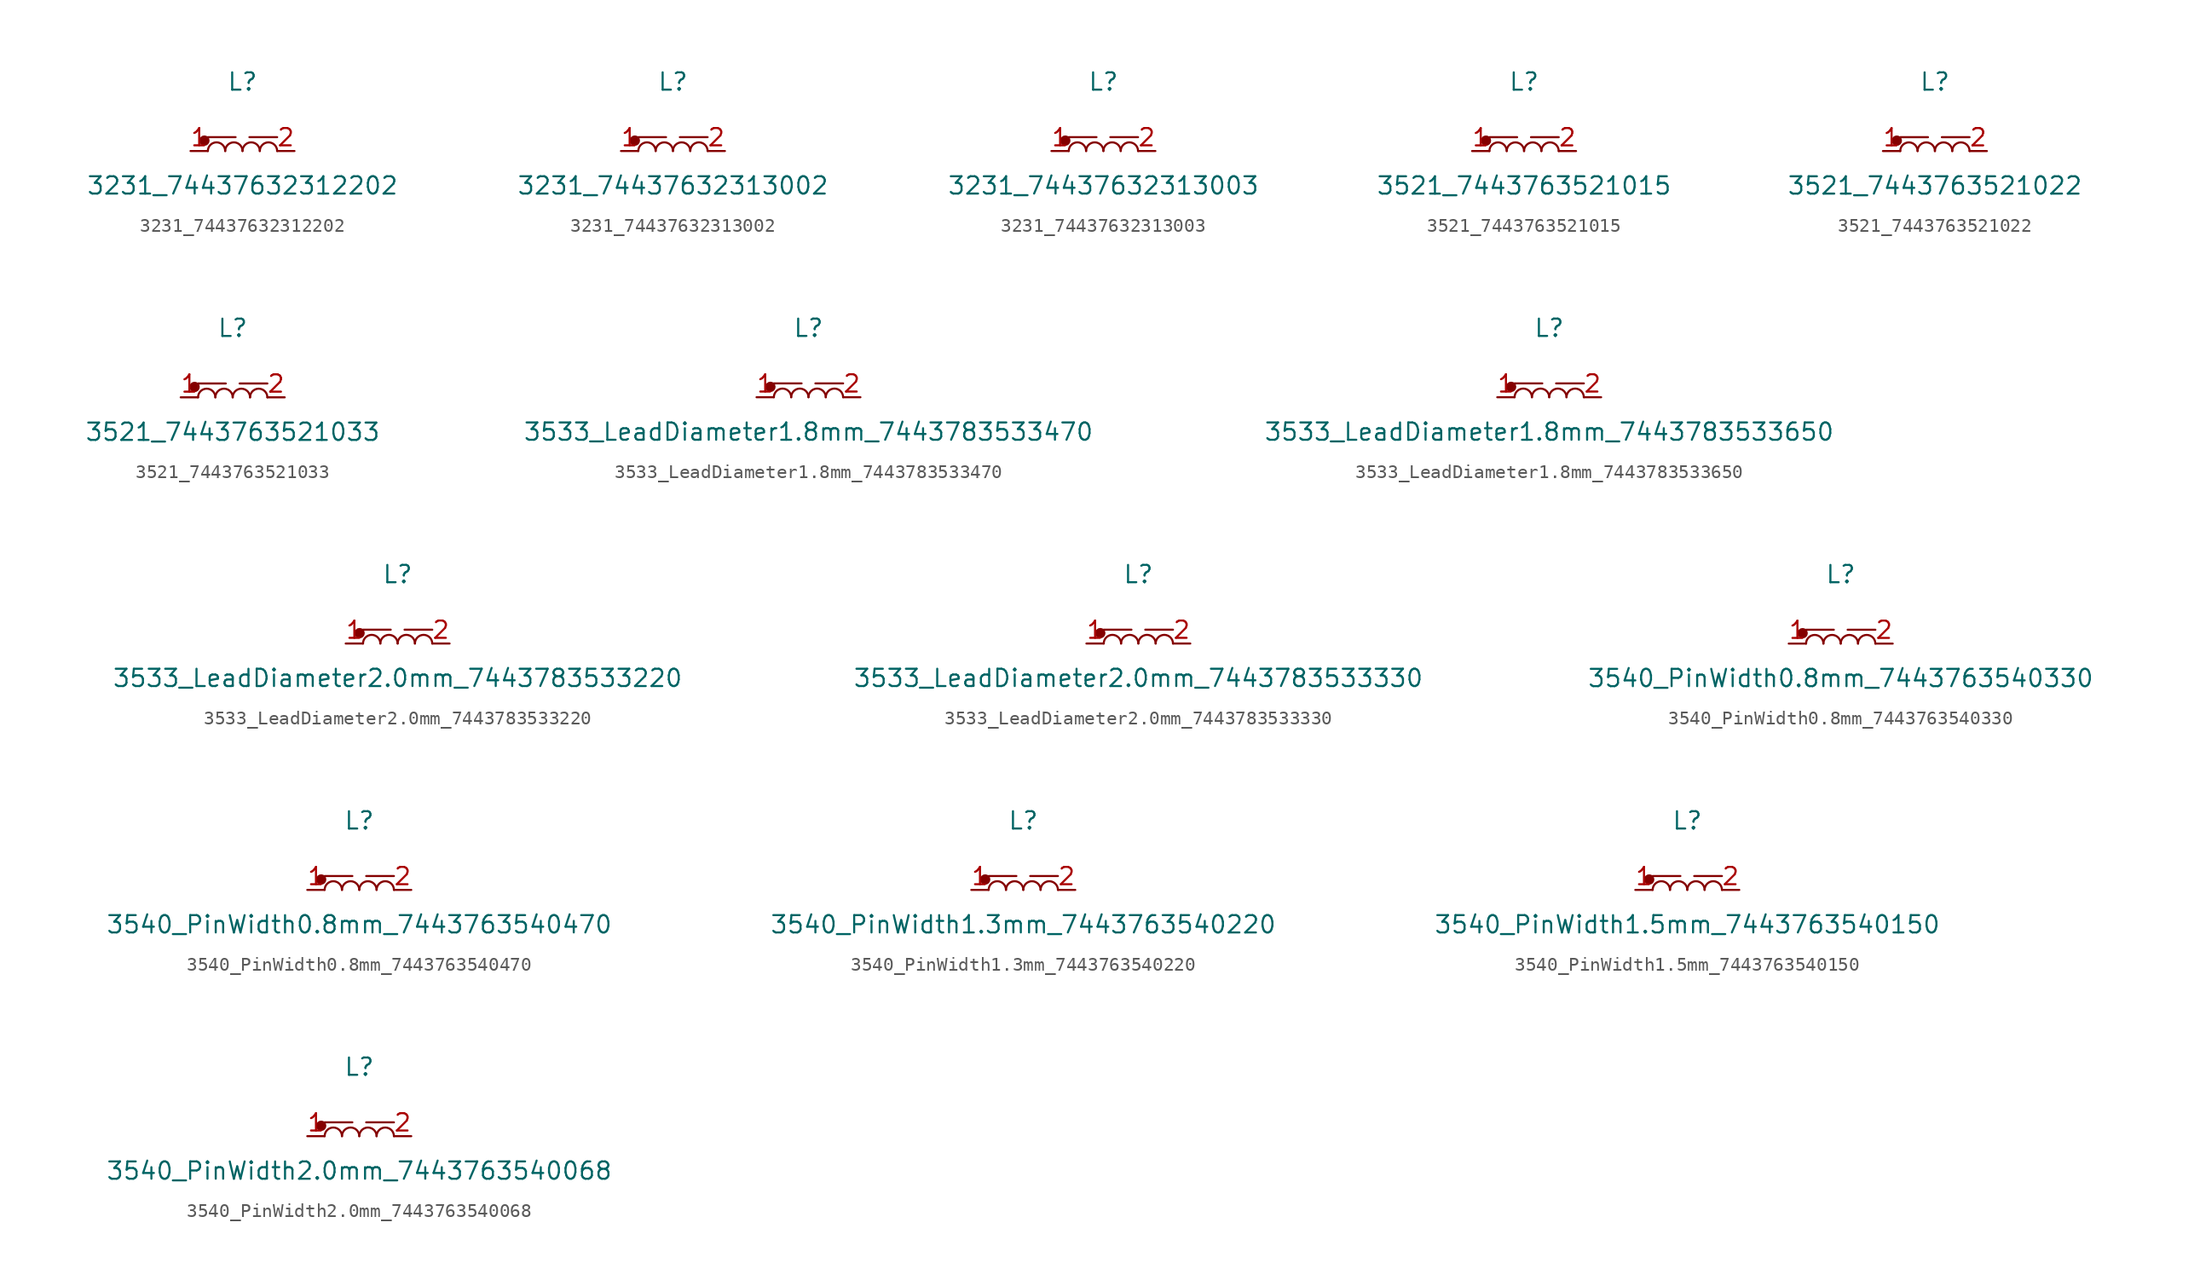
<source format=kicad_sym>
(kicad_symbol_lib
  (version 20220914)
  (generator kicad_symbol_editor)
  (symbol "3231_74437632312202"
    (pin_names hide)
    (property "Reference" "L"
      (at 0 5.08 0)
      (effects (font (size 1.27 1.27))))
    (property "Value" "3231_74437632312202"
      (at 0 -2.54 0)
      (effects (font (size 1.27 1.27))))
    (symbol "3231_74437632312202_0_1"
      (arc (start -1.27 0) (mid -1.905 0.6323) (end -2.54 0) (stroke (width 0) (type default)) (fill (type none)))
      (arc (start 0 0) (mid -0.635 0.6323) (end -1.27 0) (stroke (width 0) (type default)) (fill (type none)))
      (polyline (pts (xy -2.54 1.016) (xy -0.508 1.016)) (stroke (width 0) (type default)) (fill (type none)))
      (arc (start 1.27 0) (mid 0.635 0.6323) (end 0 0) (stroke (width 0) (type default)) (fill (type none)))
      (arc (start 2.54 0) (mid 1.905 0.6323) (end 1.27 0) (stroke (width 0) (type default)) (fill (type none))))
    (symbol "3231_74437632312202_1_1"
      (circle (center -2.794 0.762) (radius 0.0001) (stroke (width 0.381) (type default)) (fill (type none)))
      (polyline (pts (xy 2.54 1.016) (xy 0.508 1.016)) (stroke (width 0) (type default)) (fill (type none)))
      (pin passive line (at -3.81 0 0) (length 1.27) (name "1" (effects (font (size 1.27 1.27)))) (number "1" (effects (font (size 1.27 1.27)))))
      (pin passive line (at 3.81 0 180) (length 1.27) (name "2" (effects (font (size 1.27 1.27)))) (number "2" (effects (font (size 1.27 1.27)))))))
  (symbol "3231_74437632313002"
    (pin_names hide)
    (property "Reference" "L"
      (at 0 5.08 0)
      (effects (font (size 1.27 1.27))))
    (property "Value" "3231_74437632313002"
      (at 0 -2.54 0)
      (effects (font (size 1.27 1.27))))
    (symbol "3231_74437632313002_0_1"
      (arc (start -1.27 0) (mid -1.905 0.6323) (end -2.54 0) (stroke (width 0) (type default)) (fill (type none)))
      (arc (start 0 0) (mid -0.635 0.6323) (end -1.27 0) (stroke (width 0) (type default)) (fill (type none)))
      (polyline (pts (xy -2.54 1.016) (xy -0.508 1.016)) (stroke (width 0) (type default)) (fill (type none)))
      (arc (start 1.27 0) (mid 0.635 0.6323) (end 0 0) (stroke (width 0) (type default)) (fill (type none)))
      (arc (start 2.54 0) (mid 1.905 0.6323) (end 1.27 0) (stroke (width 0) (type default)) (fill (type none))))
    (symbol "3231_74437632313002_1_1"
      (circle (center -2.794 0.762) (radius 0.0001) (stroke (width 0.381) (type default)) (fill (type none)))
      (polyline (pts (xy 2.54 1.016) (xy 0.508 1.016)) (stroke (width 0) (type default)) (fill (type none)))
      (pin passive line (at -3.81 0 0) (length 1.27) (name "1" (effects (font (size 1.27 1.27)))) (number "1" (effects (font (size 1.27 1.27)))))
      (pin passive line (at 3.81 0 180) (length 1.27) (name "2" (effects (font (size 1.27 1.27)))) (number "2" (effects (font (size 1.27 1.27)))))))
  (symbol "3231_74437632313003"
    (pin_names hide)
    (property "Reference" "L"
      (at 0 5.08 0)
      (effects (font (size 1.27 1.27))))
    (property "Value" "3231_74437632313003"
      (at 0 -2.54 0)
      (effects (font (size 1.27 1.27))))
    (symbol "3231_74437632313003_0_1"
      (arc (start -1.27 0) (mid -1.905 0.6323) (end -2.54 0) (stroke (width 0) (type default)) (fill (type none)))
      (arc (start 0 0) (mid -0.635 0.6323) (end -1.27 0) (stroke (width 0) (type default)) (fill (type none)))
      (polyline (pts (xy -2.54 1.016) (xy -0.508 1.016)) (stroke (width 0) (type default)) (fill (type none)))
      (arc (start 1.27 0) (mid 0.635 0.6323) (end 0 0) (stroke (width 0) (type default)) (fill (type none)))
      (arc (start 2.54 0) (mid 1.905 0.6323) (end 1.27 0) (stroke (width 0) (type default)) (fill (type none))))
    (symbol "3231_74437632313003_1_1"
      (circle (center -2.794 0.762) (radius 0.0001) (stroke (width 0.381) (type default)) (fill (type none)))
      (polyline (pts (xy 2.54 1.016) (xy 0.508 1.016)) (stroke (width 0) (type default)) (fill (type none)))
      (pin passive line (at -3.81 0 0) (length 1.27) (name "1" (effects (font (size 1.27 1.27)))) (number "1" (effects (font (size 1.27 1.27)))))
      (pin passive line (at 3.81 0 180) (length 1.27) (name "2" (effects (font (size 1.27 1.27)))) (number "2" (effects (font (size 1.27 1.27)))))))
  (symbol "3521_7443763521015"
    (pin_names hide)
    (property "Reference" "L"
      (at 0 5.08 0)
      (effects (font (size 1.27 1.27))))
    (property "Value" "3521_7443763521015"
      (at 0 -2.54 0)
      (effects (font (size 1.27 1.27))))
    (symbol "3521_7443763521015_0_1"
      (arc (start -1.27 0) (mid -1.905 0.6323) (end -2.54 0) (stroke (width 0) (type default)) (fill (type none)))
      (arc (start 0 0) (mid -0.635 0.6323) (end -1.27 0) (stroke (width 0) (type default)) (fill (type none)))
      (polyline (pts (xy -2.54 1.016) (xy -0.508 1.016)) (stroke (width 0) (type default)) (fill (type none)))
      (arc (start 1.27 0) (mid 0.635 0.6323) (end 0 0) (stroke (width 0) (type default)) (fill (type none)))
      (arc (start 2.54 0) (mid 1.905 0.6323) (end 1.27 0) (stroke (width 0) (type default)) (fill (type none))))
    (symbol "3521_7443763521015_1_1"
      (circle (center -2.794 0.762) (radius 0.0001) (stroke (width 0.381) (type default)) (fill (type none)))
      (polyline (pts (xy 2.54 1.016) (xy 0.508 1.016)) (stroke (width 0) (type default)) (fill (type none)))
      (pin passive line (at -3.81 0 0) (length 1.27) (name "1" (effects (font (size 1.27 1.27)))) (number "1" (effects (font (size 1.27 1.27)))))
      (pin passive line (at 3.81 0 180) (length 1.27) (name "2" (effects (font (size 1.27 1.27)))) (number "2" (effects (font (size 1.27 1.27)))))))
  (symbol "3521_7443763521022"
    (pin_names hide)
    (property "Reference" "L"
      (at 0 5.08 0)
      (effects (font (size 1.27 1.27))))
    (property "Value" "3521_7443763521022"
      (at 0 -2.54 0)
      (effects (font (size 1.27 1.27))))
    (symbol "3521_7443763521022_0_1"
      (arc (start -1.27 0) (mid -1.905 0.6323) (end -2.54 0) (stroke (width 0) (type default)) (fill (type none)))
      (arc (start 0 0) (mid -0.635 0.6323) (end -1.27 0) (stroke (width 0) (type default)) (fill (type none)))
      (polyline (pts (xy -2.54 1.016) (xy -0.508 1.016)) (stroke (width 0) (type default)) (fill (type none)))
      (arc (start 1.27 0) (mid 0.635 0.6323) (end 0 0) (stroke (width 0) (type default)) (fill (type none)))
      (arc (start 2.54 0) (mid 1.905 0.6323) (end 1.27 0) (stroke (width 0) (type default)) (fill (type none))))
    (symbol "3521_7443763521022_1_1"
      (circle (center -2.794 0.762) (radius 0.0001) (stroke (width 0.381) (type default)) (fill (type none)))
      (polyline (pts (xy 2.54 1.016) (xy 0.508 1.016)) (stroke (width 0) (type default)) (fill (type none)))
      (pin passive line (at -3.81 0 0) (length 1.27) (name "1" (effects (font (size 1.27 1.27)))) (number "1" (effects (font (size 1.27 1.27)))))
      (pin passive line (at 3.81 0 180) (length 1.27) (name "2" (effects (font (size 1.27 1.27)))) (number "2" (effects (font (size 1.27 1.27)))))))
  (symbol "3521_7443763521033"
    (pin_names hide)
    (property "Reference" "L"
      (at 0 5.08 0)
      (effects (font (size 1.27 1.27))))
    (property "Value" "3521_7443763521033"
      (at 0 -2.54 0)
      (effects (font (size 1.27 1.27))))
    (symbol "3521_7443763521033_0_1"
      (arc (start -1.27 0) (mid -1.905 0.6323) (end -2.54 0) (stroke (width 0) (type default)) (fill (type none)))
      (arc (start 0 0) (mid -0.635 0.6323) (end -1.27 0) (stroke (width 0) (type default)) (fill (type none)))
      (polyline (pts (xy -2.54 1.016) (xy -0.508 1.016)) (stroke (width 0) (type default)) (fill (type none)))
      (arc (start 1.27 0) (mid 0.635 0.6323) (end 0 0) (stroke (width 0) (type default)) (fill (type none)))
      (arc (start 2.54 0) (mid 1.905 0.6323) (end 1.27 0) (stroke (width 0) (type default)) (fill (type none))))
    (symbol "3521_7443763521033_1_1"
      (circle (center -2.794 0.762) (radius 0.0001) (stroke (width 0.381) (type default)) (fill (type none)))
      (polyline (pts (xy 2.54 1.016) (xy 0.508 1.016)) (stroke (width 0) (type default)) (fill (type none)))
      (pin passive line (at -3.81 0 0) (length 1.27) (name "1" (effects (font (size 1.27 1.27)))) (number "1" (effects (font (size 1.27 1.27)))))
      (pin passive line (at 3.81 0 180) (length 1.27) (name "2" (effects (font (size 1.27 1.27)))) (number "2" (effects (font (size 1.27 1.27)))))))
  (symbol "3533_LeadDiameter1.8mm_7443783533470"
    (pin_names hide)
    (property "Reference" "L"
      (at 0 5.08 0)
      (effects (font (size 1.27 1.27))))
    (property "Value" "3533_LeadDiameter1.8mm_7443783533470"
      (at 0 -2.54 0)
      (effects (font (size 1.27 1.27))))
    (symbol "3533_LeadDiameter1.8mm_7443783533470_0_1"
      (arc (start -1.27 0) (mid -1.905 0.6323) (end -2.54 0) (stroke (width 0) (type default)) (fill (type none)))
      (arc (start 0 0) (mid -0.635 0.6323) (end -1.27 0) (stroke (width 0) (type default)) (fill (type none)))
      (polyline (pts (xy -2.54 1.016) (xy -0.508 1.016)) (stroke (width 0) (type default)) (fill (type none)))
      (arc (start 1.27 0) (mid 0.635 0.6323) (end 0 0) (stroke (width 0) (type default)) (fill (type none)))
      (arc (start 2.54 0) (mid 1.905 0.6323) (end 1.27 0) (stroke (width 0) (type default)) (fill (type none))))
    (symbol "3533_LeadDiameter1.8mm_7443783533470_1_1"
      (circle (center -2.794 0.762) (radius 0.0001) (stroke (width 0.381) (type default)) (fill (type none)))
      (polyline (pts (xy 2.54 1.016) (xy 0.508 1.016)) (stroke (width 0) (type default)) (fill (type none)))
      (pin passive line (at -3.81 0 0) (length 1.27) (name "1" (effects (font (size 1.27 1.27)))) (number "1" (effects (font (size 1.27 1.27)))))
      (pin passive line (at 3.81 0 180) (length 1.27) (name "2" (effects (font (size 1.27 1.27)))) (number "2" (effects (font (size 1.27 1.27)))))))
  (symbol "3533_LeadDiameter1.8mm_7443783533650"
    (pin_names hide)
    (property "Reference" "L"
      (at 0 5.08 0)
      (effects (font (size 1.27 1.27))))
    (property "Value" "3533_LeadDiameter1.8mm_7443783533650"
      (at 0 -2.54 0)
      (effects (font (size 1.27 1.27))))
    (symbol "3533_LeadDiameter1.8mm_7443783533650_0_1"
      (arc (start -1.27 0) (mid -1.905 0.6323) (end -2.54 0) (stroke (width 0) (type default)) (fill (type none)))
      (arc (start 0 0) (mid -0.635 0.6323) (end -1.27 0) (stroke (width 0) (type default)) (fill (type none)))
      (polyline (pts (xy -2.54 1.016) (xy -0.508 1.016)) (stroke (width 0) (type default)) (fill (type none)))
      (arc (start 1.27 0) (mid 0.635 0.6323) (end 0 0) (stroke (width 0) (type default)) (fill (type none)))
      (arc (start 2.54 0) (mid 1.905 0.6323) (end 1.27 0) (stroke (width 0) (type default)) (fill (type none))))
    (symbol "3533_LeadDiameter1.8mm_7443783533650_1_1"
      (circle (center -2.794 0.762) (radius 0.0001) (stroke (width 0.381) (type default)) (fill (type none)))
      (polyline (pts (xy 2.54 1.016) (xy 0.508 1.016)) (stroke (width 0) (type default)) (fill (type none)))
      (pin passive line (at -3.81 0 0) (length 1.27) (name "1" (effects (font (size 1.27 1.27)))) (number "1" (effects (font (size 1.27 1.27)))))
      (pin passive line (at 3.81 0 180) (length 1.27) (name "2" (effects (font (size 1.27 1.27)))) (number "2" (effects (font (size 1.27 1.27)))))))
  (symbol "3533_LeadDiameter2.0mm_7443783533220"
    (pin_names hide)
    (property "Reference" "L"
      (at 0 5.08 0)
      (effects (font (size 1.27 1.27))))
    (property "Value" "3533_LeadDiameter2.0mm_7443783533220"
      (at 0 -2.54 0)
      (effects (font (size 1.27 1.27))))
    (symbol "3533_LeadDiameter2.0mm_7443783533220_0_1"
      (arc (start -1.27 0) (mid -1.905 0.6323) (end -2.54 0) (stroke (width 0) (type default)) (fill (type none)))
      (arc (start 0 0) (mid -0.635 0.6323) (end -1.27 0) (stroke (width 0) (type default)) (fill (type none)))
      (polyline (pts (xy -2.54 1.016) (xy -0.508 1.016)) (stroke (width 0) (type default)) (fill (type none)))
      (arc (start 1.27 0) (mid 0.635 0.6323) (end 0 0) (stroke (width 0) (type default)) (fill (type none)))
      (arc (start 2.54 0) (mid 1.905 0.6323) (end 1.27 0) (stroke (width 0) (type default)) (fill (type none))))
    (symbol "3533_LeadDiameter2.0mm_7443783533220_1_1"
      (circle (center -2.794 0.762) (radius 0.0001) (stroke (width 0.381) (type default)) (fill (type none)))
      (polyline (pts (xy 2.54 1.016) (xy 0.508 1.016)) (stroke (width 0) (type default)) (fill (type none)))
      (pin passive line (at -3.81 0 0) (length 1.27) (name "1" (effects (font (size 1.27 1.27)))) (number "1" (effects (font (size 1.27 1.27)))))
      (pin passive line (at 3.81 0 180) (length 1.27) (name "2" (effects (font (size 1.27 1.27)))) (number "2" (effects (font (size 1.27 1.27)))))))
  (symbol "3533_LeadDiameter2.0mm_7443783533330"
    (pin_names hide)
    (property "Reference" "L"
      (at 0 5.08 0)
      (effects (font (size 1.27 1.27))))
    (property "Value" "3533_LeadDiameter2.0mm_7443783533330"
      (at 0 -2.54 0)
      (effects (font (size 1.27 1.27))))
    (symbol "3533_LeadDiameter2.0mm_7443783533330_0_1"
      (arc (start -1.27 0) (mid -1.905 0.6323) (end -2.54 0) (stroke (width 0) (type default)) (fill (type none)))
      (arc (start 0 0) (mid -0.635 0.6323) (end -1.27 0) (stroke (width 0) (type default)) (fill (type none)))
      (polyline (pts (xy -2.54 1.016) (xy -0.508 1.016)) (stroke (width 0) (type default)) (fill (type none)))
      (arc (start 1.27 0) (mid 0.635 0.6323) (end 0 0) (stroke (width 0) (type default)) (fill (type none)))
      (arc (start 2.54 0) (mid 1.905 0.6323) (end 1.27 0) (stroke (width 0) (type default)) (fill (type none))))
    (symbol "3533_LeadDiameter2.0mm_7443783533330_1_1"
      (circle (center -2.794 0.762) (radius 0.0001) (stroke (width 0.381) (type default)) (fill (type none)))
      (polyline (pts (xy 2.54 1.016) (xy 0.508 1.016)) (stroke (width 0) (type default)) (fill (type none)))
      (pin passive line (at -3.81 0 0) (length 1.27) (name "1" (effects (font (size 1.27 1.27)))) (number "1" (effects (font (size 1.27 1.27)))))
      (pin passive line (at 3.81 0 180) (length 1.27) (name "2" (effects (font (size 1.27 1.27)))) (number "2" (effects (font (size 1.27 1.27)))))))
  (symbol "3540_PinWidth0.8mm_7443763540330"
    (pin_names hide)
    (property "Reference" "L"
      (at 0 5.08 0)
      (effects (font (size 1.27 1.27))))
    (property "Value" "3540_PinWidth0.8mm_7443763540330"
      (at 0 -2.54 0)
      (effects (font (size 1.27 1.27))))
    (symbol "3540_PinWidth0.8mm_7443763540330_0_1"
      (arc (start -1.27 0) (mid -1.905 0.6323) (end -2.54 0) (stroke (width 0) (type default)) (fill (type none)))
      (arc (start 0 0) (mid -0.635 0.6323) (end -1.27 0) (stroke (width 0) (type default)) (fill (type none)))
      (polyline (pts (xy -2.54 1.016) (xy -0.508 1.016)) (stroke (width 0) (type default)) (fill (type none)))
      (arc (start 1.27 0) (mid 0.635 0.6323) (end 0 0) (stroke (width 0) (type default)) (fill (type none)))
      (arc (start 2.54 0) (mid 1.905 0.6323) (end 1.27 0) (stroke (width 0) (type default)) (fill (type none))))
    (symbol "3540_PinWidth0.8mm_7443763540330_1_1"
      (circle (center -2.794 0.762) (radius 0.0001) (stroke (width 0.381) (type default)) (fill (type none)))
      (polyline (pts (xy 2.54 1.016) (xy 0.508 1.016)) (stroke (width 0) (type default)) (fill (type none)))
      (pin passive line (at -3.81 0 0) (length 1.27) (name "1" (effects (font (size 1.27 1.27)))) (number "1" (effects (font (size 1.27 1.27)))))
      (pin passive line (at 3.81 0 180) (length 1.27) (name "2" (effects (font (size 1.27 1.27)))) (number "2" (effects (font (size 1.27 1.27)))))))
  (symbol "3540_PinWidth0.8mm_7443763540470"
    (pin_names hide)
    (property "Reference" "L"
      (at 0 5.08 0)
      (effects (font (size 1.27 1.27))))
    (property "Value" "3540_PinWidth0.8mm_7443763540470"
      (at 0 -2.54 0)
      (effects (font (size 1.27 1.27))))
    (symbol "3540_PinWidth0.8mm_7443763540470_0_1"
      (arc (start -1.27 0) (mid -1.905 0.6323) (end -2.54 0) (stroke (width 0) (type default)) (fill (type none)))
      (arc (start 0 0) (mid -0.635 0.6323) (end -1.27 0) (stroke (width 0) (type default)) (fill (type none)))
      (polyline (pts (xy -2.54 1.016) (xy -0.508 1.016)) (stroke (width 0) (type default)) (fill (type none)))
      (arc (start 1.27 0) (mid 0.635 0.6323) (end 0 0) (stroke (width 0) (type default)) (fill (type none)))
      (arc (start 2.54 0) (mid 1.905 0.6323) (end 1.27 0) (stroke (width 0) (type default)) (fill (type none))))
    (symbol "3540_PinWidth0.8mm_7443763540470_1_1"
      (circle (center -2.794 0.762) (radius 0.0001) (stroke (width 0.381) (type default)) (fill (type none)))
      (polyline (pts (xy 2.54 1.016) (xy 0.508 1.016)) (stroke (width 0) (type default)) (fill (type none)))
      (pin passive line (at -3.81 0 0) (length 1.27) (name "1" (effects (font (size 1.27 1.27)))) (number "1" (effects (font (size 1.27 1.27)))))
      (pin passive line (at 3.81 0 180) (length 1.27) (name "2" (effects (font (size 1.27 1.27)))) (number "2" (effects (font (size 1.27 1.27)))))))
  (symbol "3540_PinWidth1.3mm_7443763540220"
    (pin_names hide)
    (property "Reference" "L"
      (at 0 5.08 0)
      (effects (font (size 1.27 1.27))))
    (property "Value" "3540_PinWidth1.3mm_7443763540220"
      (at 0 -2.54 0)
      (effects (font (size 1.27 1.27))))
    (symbol "3540_PinWidth1.3mm_7443763540220_0_1"
      (arc (start -1.27 0) (mid -1.905 0.6323) (end -2.54 0) (stroke (width 0) (type default)) (fill (type none)))
      (arc (start 0 0) (mid -0.635 0.6323) (end -1.27 0) (stroke (width 0) (type default)) (fill (type none)))
      (polyline (pts (xy -2.54 1.016) (xy -0.508 1.016)) (stroke (width 0) (type default)) (fill (type none)))
      (arc (start 1.27 0) (mid 0.635 0.6323) (end 0 0) (stroke (width 0) (type default)) (fill (type none)))
      (arc (start 2.54 0) (mid 1.905 0.6323) (end 1.27 0) (stroke (width 0) (type default)) (fill (type none))))
    (symbol "3540_PinWidth1.3mm_7443763540220_1_1"
      (circle (center -2.794 0.762) (radius 0.0001) (stroke (width 0.381) (type default)) (fill (type none)))
      (polyline (pts (xy 2.54 1.016) (xy 0.508 1.016)) (stroke (width 0) (type default)) (fill (type none)))
      (pin passive line (at -3.81 0 0) (length 1.27) (name "1" (effects (font (size 1.27 1.27)))) (number "1" (effects (font (size 1.27 1.27)))))
      (pin passive line (at 3.81 0 180) (length 1.27) (name "2" (effects (font (size 1.27 1.27)))) (number "2" (effects (font (size 1.27 1.27)))))))
  (symbol "3540_PinWidth1.5mm_7443763540150"
    (pin_names hide)
    (property "Reference" "L"
      (at 0 5.08 0)
      (effects (font (size 1.27 1.27))))
    (property "Value" "3540_PinWidth1.5mm_7443763540150"
      (at 0 -2.54 0)
      (effects (font (size 1.27 1.27))))
    (symbol "3540_PinWidth1.5mm_7443763540150_0_1"
      (arc (start -1.27 0) (mid -1.905 0.6323) (end -2.54 0) (stroke (width 0) (type default)) (fill (type none)))
      (arc (start 0 0) (mid -0.635 0.6323) (end -1.27 0) (stroke (width 0) (type default)) (fill (type none)))
      (polyline (pts (xy -2.54 1.016) (xy -0.508 1.016)) (stroke (width 0) (type default)) (fill (type none)))
      (arc (start 1.27 0) (mid 0.635 0.6323) (end 0 0) (stroke (width 0) (type default)) (fill (type none)))
      (arc (start 2.54 0) (mid 1.905 0.6323) (end 1.27 0) (stroke (width 0) (type default)) (fill (type none))))
    (symbol "3540_PinWidth1.5mm_7443763540150_1_1"
      (circle (center -2.794 0.762) (radius 0.0001) (stroke (width 0.381) (type default)) (fill (type none)))
      (polyline (pts (xy 2.54 1.016) (xy 0.508 1.016)) (stroke (width 0) (type default)) (fill (type none)))
      (pin passive line (at -3.81 0 0) (length 1.27) (name "1" (effects (font (size 1.27 1.27)))) (number "1" (effects (font (size 1.27 1.27)))))
      (pin passive line (at 3.81 0 180) (length 1.27) (name "2" (effects (font (size 1.27 1.27)))) (number "2" (effects (font (size 1.27 1.27)))))))
  (symbol "3540_PinWidth2.0mm_7443763540068"
    (pin_names hide)
    (property "Reference" "L"
      (at 0 5.08 0)
      (effects (font (size 1.27 1.27))))
    (property "Value" "3540_PinWidth2.0mm_7443763540068"
      (at 0 -2.54 0)
      (effects (font (size 1.27 1.27))))
    (symbol "3540_PinWidth2.0mm_7443763540068_0_1"
      (arc (start -1.27 0) (mid -1.905 0.6323) (end -2.54 0) (stroke (width 0) (type default)) (fill (type none)))
      (arc (start 0 0) (mid -0.635 0.6323) (end -1.27 0) (stroke (width 0) (type default)) (fill (type none)))
      (polyline (pts (xy -2.54 1.016) (xy -0.508 1.016)) (stroke (width 0) (type default)) (fill (type none)))
      (arc (start 1.27 0) (mid 0.635 0.6323) (end 0 0) (stroke (width 0) (type default)) (fill (type none)))
      (arc (start 2.54 0) (mid 1.905 0.6323) (end 1.27 0) (stroke (width 0) (type default)) (fill (type none))))
    (symbol "3540_PinWidth2.0mm_7443763540068_1_1"
      (circle (center -2.794 0.762) (radius 0.0001) (stroke (width 0.381) (type default)) (fill (type none)))
      (polyline (pts (xy 2.54 1.016) (xy 0.508 1.016)) (stroke (width 0) (type default)) (fill (type none)))
      (pin passive line (at -3.81 0 0) (length 1.27) (name "1" (effects (font (size 1.27 1.27)))) (number "1" (effects (font (size 1.27 1.27)))))
      (pin passive line (at 3.81 0 180) (length 1.27) (name "2" (effects (font (size 1.27 1.27)))) (number "2" (effects (font (size 1.27 1.27))))))))
</source>
